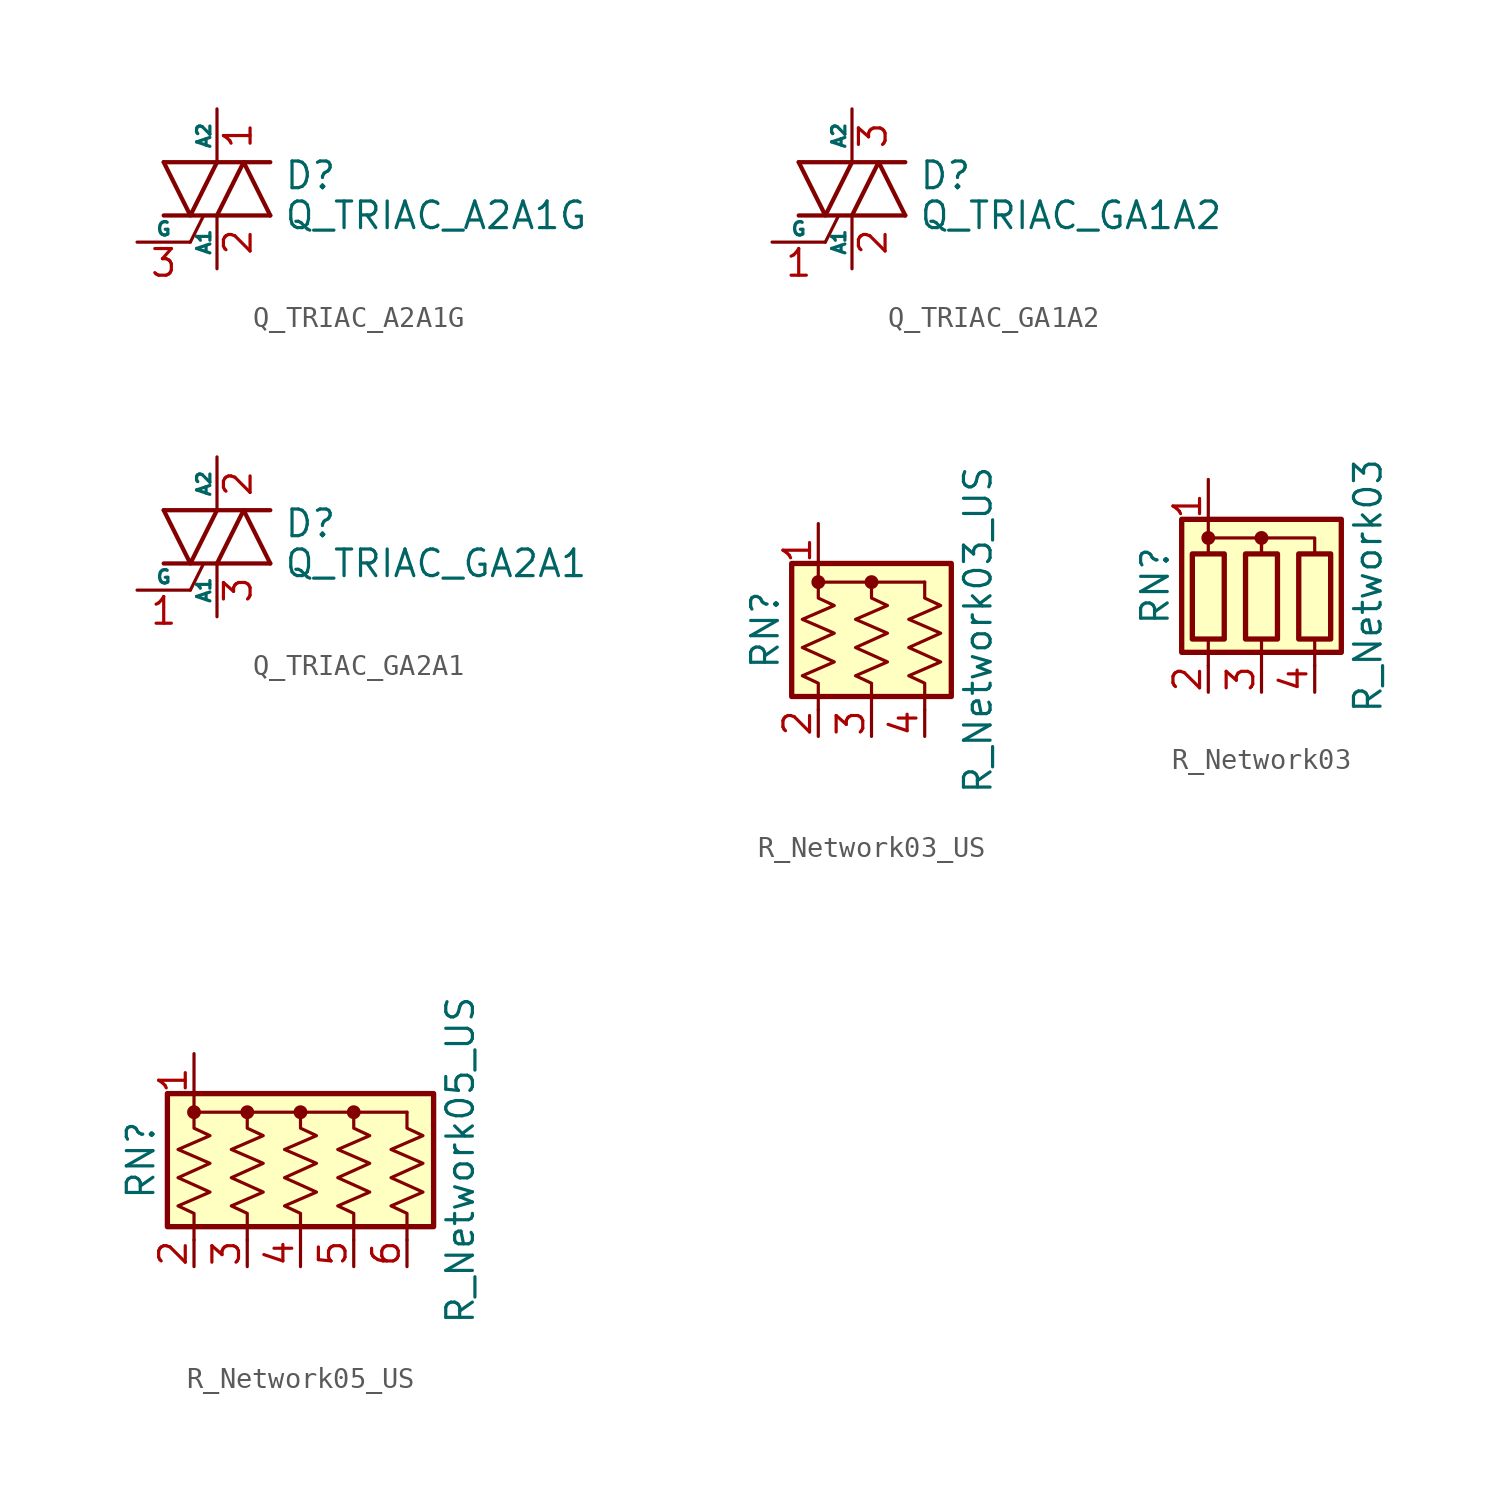
<source format=kicad_sym>
(kicad_symbol_lib
  (version 20211014)
  (generator kicad_symbol_editor)
  (symbol "Q_TRIAC_A2A1G"
    (pin_names
      (offset 0))
    (property "Reference" "D"
      (at 3.175 0.635 0)
      (effects (font (size 1.27 1.27)) (justify left)))
    (property "Value" "Q_TRIAC_A2A1G"
      (at 3.175 -1.27 0)
      (effects (font (size 1.27 1.27)) (justify left)))
    (symbol "Q_TRIAC_A2A1G_0_1"
      (polyline (pts (xy -2.54 -1.27) (xy 2.54 -1.27)) (stroke (width 0.203) (type default) (color 0 0 0 0)) (fill (type none)))
      (polyline (pts (xy -2.54 1.27) (xy 2.54 1.27)) (stroke (width 0.203) (type default) (color 0 0 0 0)) (fill (type none)))
      (polyline (pts (xy -1.27 -2.54) (xy -0.635 -1.27)) (stroke (width 0) (type default) (color 0 0 0 0)) (fill (type none)))
      (polyline (pts (xy -2.54 1.27) (xy -1.27 -1.27) (xy 0 1.27)) (stroke (width 0.203) (type default) (color 0 0 0 0)) (fill (type none)))
      (polyline (pts (xy 0 -1.27) (xy 1.27 1.27) (xy 2.54 -1.27)) (stroke (width 0.203) (type default) (color 0 0 0 0)) (fill (type none))))
    (symbol "Q_TRIAC_A2A1G_1_1"
      (pin passive line (at 0 3.81 270) (length 2.54) (name "A2" (effects (font (size 0.635 0.635)))) (number "1" (effects (font (size 1.27 1.27)))))
      (pin passive line (at 0 -3.81 90) (length 2.54) (name "A1" (effects (font (size 0.635 0.635)))) (number "2" (effects (font (size 1.27 1.27)))))
      (pin input line (at -3.81 -2.54 0) (length 2.54) (name "G" (effects (font (size 0.635 0.635)))) (number "3" (effects (font (size 1.27 1.27)))))))
  (symbol "Q_TRIAC_GA1A2"
    (pin_names
      (offset 0))
    (property "Reference" "D"
      (at 3.175 0.635 0)
      (effects (font (size 1.27 1.27)) (justify left)))
    (property "Value" "Q_TRIAC_GA1A2"
      (at 3.175 -1.27 0)
      (effects (font (size 1.27 1.27)) (justify left)))
    (symbol "Q_TRIAC_GA1A2_0_1"
      (polyline (pts (xy -2.54 -1.27) (xy 2.54 -1.27)) (stroke (width 0.203) (type default) (color 0 0 0 0)) (fill (type none)))
      (polyline (pts (xy -2.54 1.27) (xy 2.54 1.27)) (stroke (width 0.203) (type default) (color 0 0 0 0)) (fill (type none)))
      (polyline (pts (xy -1.27 -2.54) (xy -0.635 -1.27)) (stroke (width 0) (type default) (color 0 0 0 0)) (fill (type none)))
      (polyline (pts (xy -2.54 1.27) (xy -1.27 -1.27) (xy 0 1.27)) (stroke (width 0.203) (type default) (color 0 0 0 0)) (fill (type none)))
      (polyline (pts (xy 0 -1.27) (xy 1.27 1.27) (xy 2.54 -1.27)) (stroke (width 0.203) (type default) (color 0 0 0 0)) (fill (type none))))
    (symbol "Q_TRIAC_GA1A2_1_1"
      (pin input line (at -3.81 -2.54 0) (length 2.54) (name "G" (effects (font (size 0.635 0.635)))) (number "1" (effects (font (size 1.27 1.27)))))
      (pin passive line (at 0 -3.81 90) (length 2.54) (name "A1" (effects (font (size 0.635 0.635)))) (number "2" (effects (font (size 1.27 1.27)))))
      (pin passive line (at 0 3.81 270) (length 2.54) (name "A2" (effects (font (size 0.635 0.635)))) (number "3" (effects (font (size 1.27 1.27)))))))
  (symbol "Q_TRIAC_GA2A1"
    (pin_names
      (offset 0))
    (property "Reference" "D"
      (at 3.175 0.635 0)
      (effects (font (size 1.27 1.27)) (justify left)))
    (property "Value" "Q_TRIAC_GA2A1"
      (at 3.175 -1.27 0)
      (effects (font (size 1.27 1.27)) (justify left)))
    (symbol "Q_TRIAC_GA2A1_0_1"
      (polyline (pts (xy -2.54 -1.27) (xy 2.54 -1.27)) (stroke (width 0.203) (type default) (color 0 0 0 0)) (fill (type none)))
      (polyline (pts (xy -2.54 1.27) (xy 2.54 1.27)) (stroke (width 0.203) (type default) (color 0 0 0 0)) (fill (type none)))
      (polyline (pts (xy -1.27 -2.54) (xy -0.635 -1.27)) (stroke (width 0) (type default) (color 0 0 0 0)) (fill (type none)))
      (polyline (pts (xy -2.54 1.27) (xy -1.27 -1.27) (xy 0 1.27)) (stroke (width 0.203) (type default) (color 0 0 0 0)) (fill (type none)))
      (polyline (pts (xy 0 -1.27) (xy 1.27 1.27) (xy 2.54 -1.27)) (stroke (width 0.203) (type default) (color 0 0 0 0)) (fill (type none))))
    (symbol "Q_TRIAC_GA2A1_1_1"
      (pin input line (at -3.81 -2.54 0) (length 2.54) (name "G" (effects (font (size 0.635 0.635)))) (number "1" (effects (font (size 1.27 1.27)))))
      (pin passive line (at 0 3.81 270) (length 2.54) (name "A2" (effects (font (size 0.635 0.635)))) (number "2" (effects (font (size 1.27 1.27)))))
      (pin passive line (at 0 -3.81 90) (length 2.54) (name "A1" (effects (font (size 0.635 0.635)))) (number "3" (effects (font (size 1.27 1.27)))))))
  (symbol "R_Network03_US"
    (pin_names
      (offset 0) hide)
    (property "Reference" "RN"
      (at -5.08 0 90)
      (effects (font (size 1.27 1.27))))
    (property "Value" "R_Network03_US"
      (at 5.08 0 90)
      (effects (font (size 1.27 1.27))))
    (symbol "R_Network03_US_0_1"
      (rectangle (start -3.81 -3.175) (end 3.81 3.175) (stroke (width 0.254) (type default) (color 0 0 0 0)) (fill (type background)))
      (circle (center -2.54 2.286) (radius 0.254) (stroke (width 0) (type default) (color 0 0 0 0)) (fill (type outline)))
      (polyline (pts (xy -2.54 2.286) (xy 2.54 2.286)) (stroke (width 0) (type default) (color 0 0 0 0)) (fill (type none)))
      (polyline (pts (xy -2.54 2.286) (xy -2.54 1.524) (xy -1.778 1.168) (xy -3.302 0.508) (xy -1.778 -0.152) (xy -3.302 -0.838) (xy -1.778 -1.524) (xy -3.302 -2.184) (xy -2.54 -2.54) (xy -2.54 -3.81)) (stroke (width 0) (type default) (color 0 0 0 0)) (fill (type none)))
      (polyline (pts (xy 0 2.286) (xy 0 1.524) (xy 0.762 1.168) (xy -0.762 0.508) (xy 0.762 -0.152) (xy -0.762 -0.838) (xy 0.762 -1.524) (xy -0.762 -2.184) (xy 0 -2.54) (xy 0 -3.81)) (stroke (width 0) (type default) (color 0 0 0 0)) (fill (type none)))
      (polyline (pts (xy 2.54 2.286) (xy 2.54 1.524) (xy 3.302 1.168) (xy 1.778 0.508) (xy 3.302 -0.152) (xy 1.778 -0.838) (xy 3.302 -1.524) (xy 1.778 -2.184) (xy 2.54 -2.54) (xy 2.54 -3.81)) (stroke (width 0) (type default) (color 0 0 0 0)) (fill (type none)))
      (circle (center 0 2.286) (radius 0.254) (stroke (width 0) (type default) (color 0 0 0 0)) (fill (type outline))))
    (symbol "R_Network03_US_1_1"
      (pin passive line (at -2.54 5.08 270) (length 2.54) (name "common" (effects (font (size 1.27 1.27)))) (number "1" (effects (font (size 1.27 1.27)))))
      (pin passive line (at -2.54 -5.08 90) (length 1.27) (name "R1" (effects (font (size 1.27 1.27)))) (number "2" (effects (font (size 1.27 1.27)))))
      (pin passive line (at 0 -5.08 90) (length 1.27) (name "R2" (effects (font (size 1.27 1.27)))) (number "3" (effects (font (size 1.27 1.27)))))
      (pin passive line (at 2.54 -5.08 90) (length 1.27) (name "R3" (effects (font (size 1.27 1.27)))) (number "4" (effects (font (size 1.27 1.27)))))))
  (symbol "R_Network03"
    (pin_names
      (offset 0) hide)
    (property "Reference" "RN"
      (at -5.08 0 90)
      (effects (font (size 1.27 1.27))))
    (property "Value" "R_Network03"
      (at 5.08 0 90)
      (effects (font (size 1.27 1.27))))
    (symbol "R_Network03_0_1"
      (rectangle (start -3.81 -3.175) (end 3.81 3.175) (stroke (width 0.254) (type default) (color 0 0 0 0)) (fill (type background)))
      (rectangle (start -3.302 1.524) (end -1.778 -2.54) (stroke (width 0.254) (type default) (color 0 0 0 0)) (fill (type none)))
      (circle (center -2.54 2.286) (radius 0.254) (stroke (width 0) (type default) (color 0 0 0 0)) (fill (type outline)))
      (rectangle (start -0.762 1.524) (end 0.762 -2.54) (stroke (width 0.254) (type default) (color 0 0 0 0)) (fill (type none)))
      (polyline (pts (xy -2.54 -2.54) (xy -2.54 -3.81)) (stroke (width 0) (type default) (color 0 0 0 0)) (fill (type none)))
      (polyline (pts (xy 0 -2.54) (xy 0 -3.81)) (stroke (width 0) (type default) (color 0 0 0 0)) (fill (type none)))
      (polyline (pts (xy 2.54 -2.54) (xy 2.54 -3.81)) (stroke (width 0) (type default) (color 0 0 0 0)) (fill (type none)))
      (polyline (pts (xy -2.54 1.524) (xy -2.54 2.286) (xy 0 2.286) (xy 0 1.524)) (stroke (width 0) (type default) (color 0 0 0 0)) (fill (type none)))
      (polyline (pts (xy 0 1.524) (xy 0 2.286) (xy 2.54 2.286) (xy 2.54 1.524)) (stroke (width 0) (type default) (color 0 0 0 0)) (fill (type none)))
      (circle (center 0 2.286) (radius 0.254) (stroke (width 0) (type default) (color 0 0 0 0)) (fill (type outline)))
      (rectangle (start 1.778 1.524) (end 3.302 -2.54) (stroke (width 0.254) (type default) (color 0 0 0 0)) (fill (type none))))
    (symbol "R_Network03_1_1"
      (pin passive line (at -2.54 5.08 270) (length 2.54) (name "common" (effects (font (size 1.27 1.27)))) (number "1" (effects (font (size 1.27 1.27)))))
      (pin passive line (at -2.54 -5.08 90) (length 1.27) (name "R1" (effects (font (size 1.27 1.27)))) (number "2" (effects (font (size 1.27 1.27)))))
      (pin passive line (at 0 -5.08 90) (length 1.27) (name "R2" (effects (font (size 1.27 1.27)))) (number "3" (effects (font (size 1.27 1.27)))))
      (pin passive line (at 2.54 -5.08 90) (length 1.27) (name "R3" (effects (font (size 1.27 1.27)))) (number "4" (effects (font (size 1.27 1.27)))))))
  (symbol "R_Network05_US"
    (pin_names
      (offset 0) hide)
    (property "Reference" "RN"
      (at -7.62 0 90)
      (effects (font (size 1.27 1.27))))
    (property "Value" "R_Network05_US"
      (at 7.62 0 90)
      (effects (font (size 1.27 1.27))))
    (symbol "R_Network05_US_0_1"
      (rectangle (start -6.35 -3.175) (end 6.35 3.175) (stroke (width 0.254) (type default) (color 0 0 0 0)) (fill (type background)))
      (circle (center -5.08 2.286) (radius 0.254) (stroke (width 0) (type default) (color 0 0 0 0)) (fill (type outline)))
      (circle (center -2.54 2.286) (radius 0.254) (stroke (width 0) (type default) (color 0 0 0 0)) (fill (type outline)))
      (polyline (pts (xy -5.08 2.286) (xy 5.08 2.286)) (stroke (width 0) (type default) (color 0 0 0 0)) (fill (type none)))
      (polyline (pts (xy -5.08 2.286) (xy -5.08 1.524) (xy -4.318 1.168) (xy -5.842 0.508) (xy -4.318 -0.152) (xy -5.842 -0.838) (xy -4.318 -1.524) (xy -5.842 -2.184) (xy -5.08 -2.54) (xy -5.08 -3.81)) (stroke (width 0) (type default) (color 0 0 0 0)) (fill (type none)))
      (polyline (pts (xy -2.54 2.286) (xy -2.54 1.524) (xy -1.778 1.168) (xy -3.302 0.508) (xy -1.778 -0.152) (xy -3.302 -0.838) (xy -1.778 -1.524) (xy -3.302 -2.184) (xy -2.54 -2.54) (xy -2.54 -3.81)) (stroke (width 0) (type default) (color 0 0 0 0)) (fill (type none)))
      (polyline (pts (xy 0 2.286) (xy 0 1.524) (xy 0.762 1.168) (xy -0.762 0.508) (xy 0.762 -0.152) (xy -0.762 -0.838) (xy 0.762 -1.524) (xy -0.762 -2.184) (xy 0 -2.54) (xy 0 -3.81)) (stroke (width 0) (type default) (color 0 0 0 0)) (fill (type none)))
      (polyline (pts (xy 2.54 2.286) (xy 2.54 1.524) (xy 3.302 1.168) (xy 1.778 0.508) (xy 3.302 -0.152) (xy 1.778 -0.838) (xy 3.302 -1.524) (xy 1.778 -2.184) (xy 2.54 -2.54) (xy 2.54 -3.81)) (stroke (width 0) (type default) (color 0 0 0 0)) (fill (type none)))
      (polyline (pts (xy 5.08 2.286) (xy 5.08 1.524) (xy 5.842 1.168) (xy 4.318 0.508) (xy 5.842 -0.152) (xy 4.318 -0.838) (xy 5.842 -1.524) (xy 4.318 -2.184) (xy 5.08 -2.54) (xy 5.08 -3.81)) (stroke (width 0) (type default) (color 0 0 0 0)) (fill (type none)))
      (circle (center 0 2.286) (radius 0.254) (stroke (width 0) (type default) (color 0 0 0 0)) (fill (type outline)))
      (circle (center 2.54 2.286) (radius 0.254) (stroke (width 0) (type default) (color 0 0 0 0)) (fill (type outline))))
    (symbol "R_Network05_US_1_1"
      (pin passive line (at -5.08 5.08 270) (length 2.54) (name "common" (effects (font (size 1.27 1.27)))) (number "1" (effects (font (size 1.27 1.27)))))
      (pin passive line (at -5.08 -5.08 90) (length 1.27) (name "R1" (effects (font (size 1.27 1.27)))) (number "2" (effects (font (size 1.27 1.27)))))
      (pin passive line (at -2.54 -5.08 90) (length 1.27) (name "R2" (effects (font (size 1.27 1.27)))) (number "3" (effects (font (size 1.27 1.27)))))
      (pin passive line (at 0 -5.08 90) (length 1.27) (name "R3" (effects (font (size 1.27 1.27)))) (number "4" (effects (font (size 1.27 1.27)))))
      (pin passive line (at 2.54 -5.08 90) (length 1.27) (name "R4" (effects (font (size 1.27 1.27)))) (number "5" (effects (font (size 1.27 1.27)))))
      (pin passive line (at 5.08 -5.08 90) (length 1.27) (name "R5" (effects (font (size 1.27 1.27)))) (number "6" (effects (font (size 1.27 1.27))))))))
</source>
